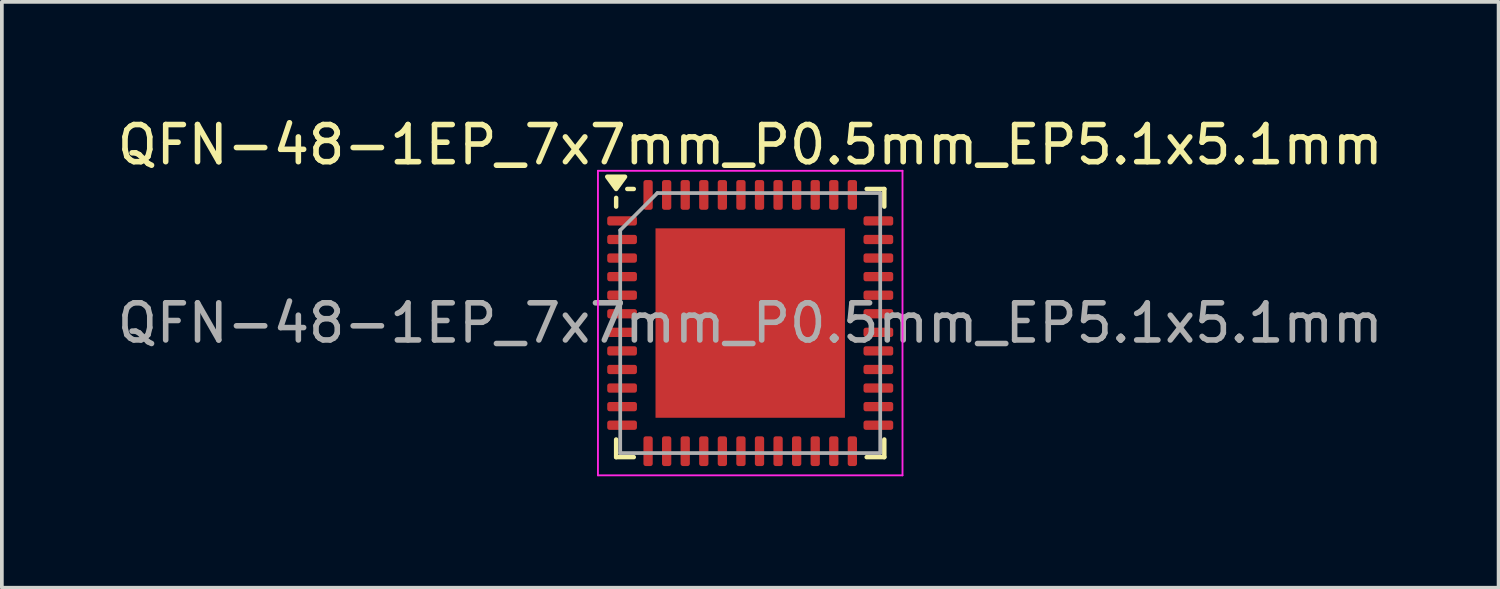
<source format=kicad_pcb>
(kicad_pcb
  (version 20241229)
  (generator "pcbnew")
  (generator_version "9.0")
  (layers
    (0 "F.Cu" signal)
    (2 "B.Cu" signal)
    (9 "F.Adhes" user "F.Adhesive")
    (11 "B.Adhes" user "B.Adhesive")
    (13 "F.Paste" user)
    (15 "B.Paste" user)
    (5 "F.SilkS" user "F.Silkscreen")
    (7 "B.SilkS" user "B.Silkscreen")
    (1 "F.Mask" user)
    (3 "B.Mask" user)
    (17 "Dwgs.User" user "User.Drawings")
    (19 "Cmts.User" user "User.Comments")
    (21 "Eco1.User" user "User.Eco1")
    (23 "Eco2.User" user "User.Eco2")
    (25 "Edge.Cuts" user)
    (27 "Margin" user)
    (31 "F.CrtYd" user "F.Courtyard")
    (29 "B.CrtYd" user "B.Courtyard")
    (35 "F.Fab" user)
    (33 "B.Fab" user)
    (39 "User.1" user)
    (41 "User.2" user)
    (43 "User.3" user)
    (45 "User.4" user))
  (footprint "QFN-48-1EP_7x7mm_P0.5mm_EP5.1x5.1mm"
    (layer "F.Cu")
    (at 17.149 5.648)
    (property "Reference" "QFN-48-1EP_7x7mm_P0.5mm_EP5.1x5.1mm" (at 0 -4.8 0) (layer "F.SilkS") (effects (font (size 1 1) (thickness 0.15))))
    (attr smd)
    (fp_line (start -3.61 -3.135) (end -3.61 -3.37) (stroke (width 0.12) (type solid)) (layer "F.SilkS"))
    (fp_line (start -3.61 3.61) (end -3.61 3.135) (stroke (width 0.12) (type solid)) (layer "F.SilkS"))
    (fp_line (start -3.135 -3.61) (end -3.31 -3.61) (stroke (width 0.12) (type solid)) (layer "F.SilkS"))
    (fp_line (start -3.135 3.61) (end -3.61 3.61) (stroke (width 0.12) (type solid)) (layer "F.SilkS"))
    (fp_line (start 3.135 -3.61) (end 3.61 -3.61) (stroke (width 0.12) (type solid)) (layer "F.SilkS"))
    (fp_line (start 3.135 3.61) (end 3.61 3.61) (stroke (width 0.12) (type solid)) (layer "F.SilkS"))
    (fp_line (start 3.61 -3.61) (end 3.61 -3.135) (stroke (width 0.12) (type solid)) (layer "F.SilkS"))
    (fp_line (start 3.61 3.61) (end 3.61 3.135) (stroke (width 0.12) (type solid)) (layer "F.SilkS"))
    (fp_poly (pts (xy -3.61 -3.61) (xy -3.85 -3.94) (xy -3.37 -3.94) (xy -3.61 -3.61)) (stroke (width 0.12) (type solid)) (fill yes) (layer "F.SilkS"))
    (fp_line (start -4.1 -4.1) (end -4.1 4.1) (stroke (width 0.05) (type solid)) (layer "F.CrtYd"))
    (fp_line (start -4.1 4.1) (end 4.1 4.1) (stroke (width 0.05) (type solid)) (layer "F.CrtYd"))
    (fp_line (start 4.1 -4.1) (end -4.1 -4.1) (stroke (width 0.05) (type solid)) (layer "F.CrtYd"))
    (fp_line (start 4.1 4.1) (end 4.1 -4.1) (stroke (width 0.05) (type solid)) (layer "F.CrtYd"))
    (fp_line (start -3.5 -2.5) (end -2.5 -3.5) (stroke (width 0.1) (type solid)) (layer "F.Fab"))
    (fp_line (start -3.5 3.5) (end -3.5 -2.5) (stroke (width 0.1) (type solid)) (layer "F.Fab"))
    (fp_line (start -2.5 -3.5) (end 3.5 -3.5) (stroke (width 0.1) (type solid)) (layer "F.Fab"))
    (fp_line (start 3.5 -3.5) (end 3.5 3.5) (stroke (width 0.1) (type solid)) (layer "F.Fab"))
    (fp_line (start 3.5 3.5) (end -3.5 3.5) (stroke (width 0.1) (type solid)) (layer "F.Fab"))
    (fp_text user "${REFERENCE}" (at 0 0 0) (layer "F.Fab") (effects (font (size 1 1) (thickness 0.15))))
    (pad "" smd roundrect (at -1.905 -1.905) (size 1.03 1.03) (layers "F.Paste") (roundrect_rratio 0.243))
    (pad "" smd roundrect (at -1.905 -0.635) (size 1.03 1.03) (layers "F.Paste") (roundrect_rratio 0.243))
    (pad "" smd roundrect (at -1.905 0.635) (size 1.03 1.03) (layers "F.Paste") (roundrect_rratio 0.243))
    (pad "" smd roundrect (at -1.905 1.905) (size 1.03 1.03) (layers "F.Paste") (roundrect_rratio 0.243))
    (pad "" smd roundrect (at -0.635 -1.905) (size 1.03 1.03) (layers "F.Paste") (roundrect_rratio 0.243))
    (pad "" smd roundrect (at -0.635 -0.635) (size 1.03 1.03) (layers "F.Paste") (roundrect_rratio 0.243))
    (pad "" smd roundrect (at -0.635 0.635) (size 1.03 1.03) (layers "F.Paste") (roundrect_rratio 0.243))
    (pad "" smd roundrect (at -0.635 1.905) (size 1.03 1.03) (layers "F.Paste") (roundrect_rratio 0.243))
    (pad "" smd roundrect (at 0.635 -1.905) (size 1.03 1.03) (layers "F.Paste") (roundrect_rratio 0.243))
    (pad "" smd roundrect (at 0.635 -0.635) (size 1.03 1.03) (layers "F.Paste") (roundrect_rratio 0.243))
    (pad "" smd roundrect (at 0.635 0.635) (size 1.03 1.03) (layers "F.Paste") (roundrect_rratio 0.243))
    (pad "" smd roundrect (at 0.635 1.905) (size 1.03 1.03) (layers "F.Paste") (roundrect_rratio 0.243))
    (pad "" smd roundrect (at 1.905 -1.905) (size 1.03 1.03) (layers "F.Paste") (roundrect_rratio 0.243))
    (pad "" smd roundrect (at 1.905 -0.635) (size 1.03 1.03) (layers "F.Paste") (roundrect_rratio 0.243))
    (pad "" smd roundrect (at 1.905 0.635) (size 1.03 1.03) (layers "F.Paste") (roundrect_rratio 0.243))
    (pad "" smd roundrect (at 1.905 1.905) (size 1.03 1.03) (layers "F.Paste") (roundrect_rratio 0.243))
    (pad "1" smd roundrect (at -3.45 -2.75) (size 0.8 0.25) (layers "F.Cu" "F.Mask" "F.Paste") (roundrect_rratio 0.25))
    (pad "2" smd roundrect (at -3.45 -2.25) (size 0.8 0.25) (layers "F.Cu" "F.Mask" "F.Paste") (roundrect_rratio 0.25))
    (pad "3" smd roundrect (at -3.45 -1.75) (size 0.8 0.25) (layers "F.Cu" "F.Mask" "F.Paste") (roundrect_rratio 0.25))
    (pad "4" smd roundrect (at -3.45 -1.25) (size 0.8 0.25) (layers "F.Cu" "F.Mask" "F.Paste") (roundrect_rratio 0.25))
    (pad "5" smd roundrect (at -3.45 -0.75) (size 0.8 0.25) (layers "F.Cu" "F.Mask" "F.Paste") (roundrect_rratio 0.25))
    (pad "6" smd roundrect (at -3.45 -0.25) (size 0.8 0.25) (layers "F.Cu" "F.Mask" "F.Paste") (roundrect_rratio 0.25))
    (pad "7" smd roundrect (at -3.45 0.25) (size 0.8 0.25) (layers "F.Cu" "F.Mask" "F.Paste") (roundrect_rratio 0.25))
    (pad "8" smd roundrect (at -3.45 0.75) (size 0.8 0.25) (layers "F.Cu" "F.Mask" "F.Paste") (roundrect_rratio 0.25))
    (pad "9" smd roundrect (at -3.45 1.25) (size 0.8 0.25) (layers "F.Cu" "F.Mask" "F.Paste") (roundrect_rratio 0.25))
    (pad "10" smd roundrect (at -3.45 1.75) (size 0.8 0.25) (layers "F.Cu" "F.Mask" "F.Paste") (roundrect_rratio 0.25))
    (pad "11" smd roundrect (at -3.45 2.25) (size 0.8 0.25) (layers "F.Cu" "F.Mask" "F.Paste") (roundrect_rratio 0.25))
    (pad "12" smd roundrect (at -3.45 2.75) (size 0.8 0.25) (layers "F.Cu" "F.Mask" "F.Paste") (roundrect_rratio 0.25))
    (pad "13" smd roundrect (at -2.75 3.45) (size 0.25 0.8) (layers "F.Cu" "F.Mask" "F.Paste") (roundrect_rratio 0.25))
    (pad "14" smd roundrect (at -2.25 3.45) (size 0.25 0.8) (layers "F.Cu" "F.Mask" "F.Paste") (roundrect_rratio 0.25))
    (pad "15" smd roundrect (at -1.75 3.45) (size 0.25 0.8) (layers "F.Cu" "F.Mask" "F.Paste") (roundrect_rratio 0.25))
    (pad "16" smd roundrect (at -1.25 3.45) (size 0.25 0.8) (layers "F.Cu" "F.Mask" "F.Paste") (roundrect_rratio 0.25))
    (pad "17" smd roundrect (at -0.75 3.45) (size 0.25 0.8) (layers "F.Cu" "F.Mask" "F.Paste") (roundrect_rratio 0.25))
    (pad "18" smd roundrect (at -0.25 3.45) (size 0.25 0.8) (layers "F.Cu" "F.Mask" "F.Paste") (roundrect_rratio 0.25))
    (pad "19" smd roundrect (at 0.25 3.45) (size 0.25 0.8) (layers "F.Cu" "F.Mask" "F.Paste") (roundrect_rratio 0.25))
    (pad "20" smd roundrect (at 0.75 3.45) (size 0.25 0.8) (layers "F.Cu" "F.Mask" "F.Paste") (roundrect_rratio 0.25))
    (pad "21" smd roundrect (at 1.25 3.45) (size 0.25 0.8) (layers "F.Cu" "F.Mask" "F.Paste") (roundrect_rratio 0.25))
    (pad "22" smd roundrect (at 1.75 3.45) (size 0.25 0.8) (layers "F.Cu" "F.Mask" "F.Paste") (roundrect_rratio 0.25))
    (pad "23" smd roundrect (at 2.25 3.45) (size 0.25 0.8) (layers "F.Cu" "F.Mask" "F.Paste") (roundrect_rratio 0.25))
    (pad "24" smd roundrect (at 2.75 3.45) (size 0.25 0.8) (layers "F.Cu" "F.Mask" "F.Paste") (roundrect_rratio 0.25))
    (pad "25" smd roundrect (at 3.45 2.75) (size 0.8 0.25) (layers "F.Cu" "F.Mask" "F.Paste") (roundrect_rratio 0.25))
    (pad "26" smd roundrect (at 3.45 2.25) (size 0.8 0.25) (layers "F.Cu" "F.Mask" "F.Paste") (roundrect_rratio 0.25))
    (pad "27" smd roundrect (at 3.45 1.75) (size 0.8 0.25) (layers "F.Cu" "F.Mask" "F.Paste") (roundrect_rratio 0.25))
    (pad "28" smd roundrect (at 3.45 1.25) (size 0.8 0.25) (layers "F.Cu" "F.Mask" "F.Paste") (roundrect_rratio 0.25))
    (pad "29" smd roundrect (at 3.45 0.75) (size 0.8 0.25) (layers "F.Cu" "F.Mask" "F.Paste") (roundrect_rratio 0.25))
    (pad "30" smd roundrect (at 3.45 0.25) (size 0.8 0.25) (layers "F.Cu" "F.Mask" "F.Paste") (roundrect_rratio 0.25))
    (pad "31" smd roundrect (at 3.45 -0.25) (size 0.8 0.25) (layers "F.Cu" "F.Mask" "F.Paste") (roundrect_rratio 0.25))
    (pad "32" smd roundrect (at 3.45 -0.75) (size 0.8 0.25) (layers "F.Cu" "F.Mask" "F.Paste") (roundrect_rratio 0.25))
    (pad "33" smd roundrect (at 3.45 -1.25) (size 0.8 0.25) (layers "F.Cu" "F.Mask" "F.Paste") (roundrect_rratio 0.25))
    (pad "34" smd roundrect (at 3.45 -1.75) (size 0.8 0.25) (layers "F.Cu" "F.Mask" "F.Paste") (roundrect_rratio 0.25))
    (pad "35" smd roundrect (at 3.45 -2.25) (size 0.8 0.25) (layers "F.Cu" "F.Mask" "F.Paste") (roundrect_rratio 0.25))
    (pad "36" smd roundrect (at 3.45 -2.75) (size 0.8 0.25) (layers "F.Cu" "F.Mask" "F.Paste") (roundrect_rratio 0.25))
    (pad "37" smd roundrect (at 2.75 -3.45) (size 0.25 0.8) (layers "F.Cu" "F.Mask" "F.Paste") (roundrect_rratio 0.25))
    (pad "38" smd roundrect (at 2.25 -3.45) (size 0.25 0.8) (layers "F.Cu" "F.Mask" "F.Paste") (roundrect_rratio 0.25))
    (pad "39" smd roundrect (at 1.75 -3.45) (size 0.25 0.8) (layers "F.Cu" "F.Mask" "F.Paste") (roundrect_rratio 0.25))
    (pad "40" smd roundrect (at 1.25 -3.45) (size 0.25 0.8) (layers "F.Cu" "F.Mask" "F.Paste") (roundrect_rratio 0.25))
    (pad "41" smd roundrect (at 0.75 -3.45) (size 0.25 0.8) (layers "F.Cu" "F.Mask" "F.Paste") (roundrect_rratio 0.25))
    (pad "42" smd roundrect (at 0.25 -3.45) (size 0.25 0.8) (layers "F.Cu" "F.Mask" "F.Paste") (roundrect_rratio 0.25))
    (pad "43" smd roundrect (at -0.25 -3.45) (size 0.25 0.8) (layers "F.Cu" "F.Mask" "F.Paste") (roundrect_rratio 0.25))
    (pad "44" smd roundrect (at -0.75 -3.45) (size 0.25 0.8) (layers "F.Cu" "F.Mask" "F.Paste") (roundrect_rratio 0.25))
    (pad "45" smd roundrect (at -1.25 -3.45) (size 0.25 0.8) (layers "F.Cu" "F.Mask" "F.Paste") (roundrect_rratio 0.25))
    (pad "46" smd roundrect (at -1.75 -3.45) (size 0.25 0.8) (layers "F.Cu" "F.Mask" "F.Paste") (roundrect_rratio 0.25))
    (pad "47" smd roundrect (at -2.25 -3.45) (size 0.25 0.8) (layers "F.Cu" "F.Mask" "F.Paste") (roundrect_rratio 0.25))
    (pad "48" smd roundrect (at -2.75 -3.45) (size 0.25 0.8) (layers "F.Cu" "F.Mask" "F.Paste") (roundrect_rratio 0.25))
    (pad "49" smd rect (at 0 0) (size 5.1 5.1) (property pad_prop_heatsink) (layers "F.Cu" "F.Mask")))
  (gr_rect
    (start -3 -3)
    (end 37.298 12.773)
    (stroke (width 0.1) (type default))
    (fill no)
    (layer "Edge.Cuts")))
</source>
